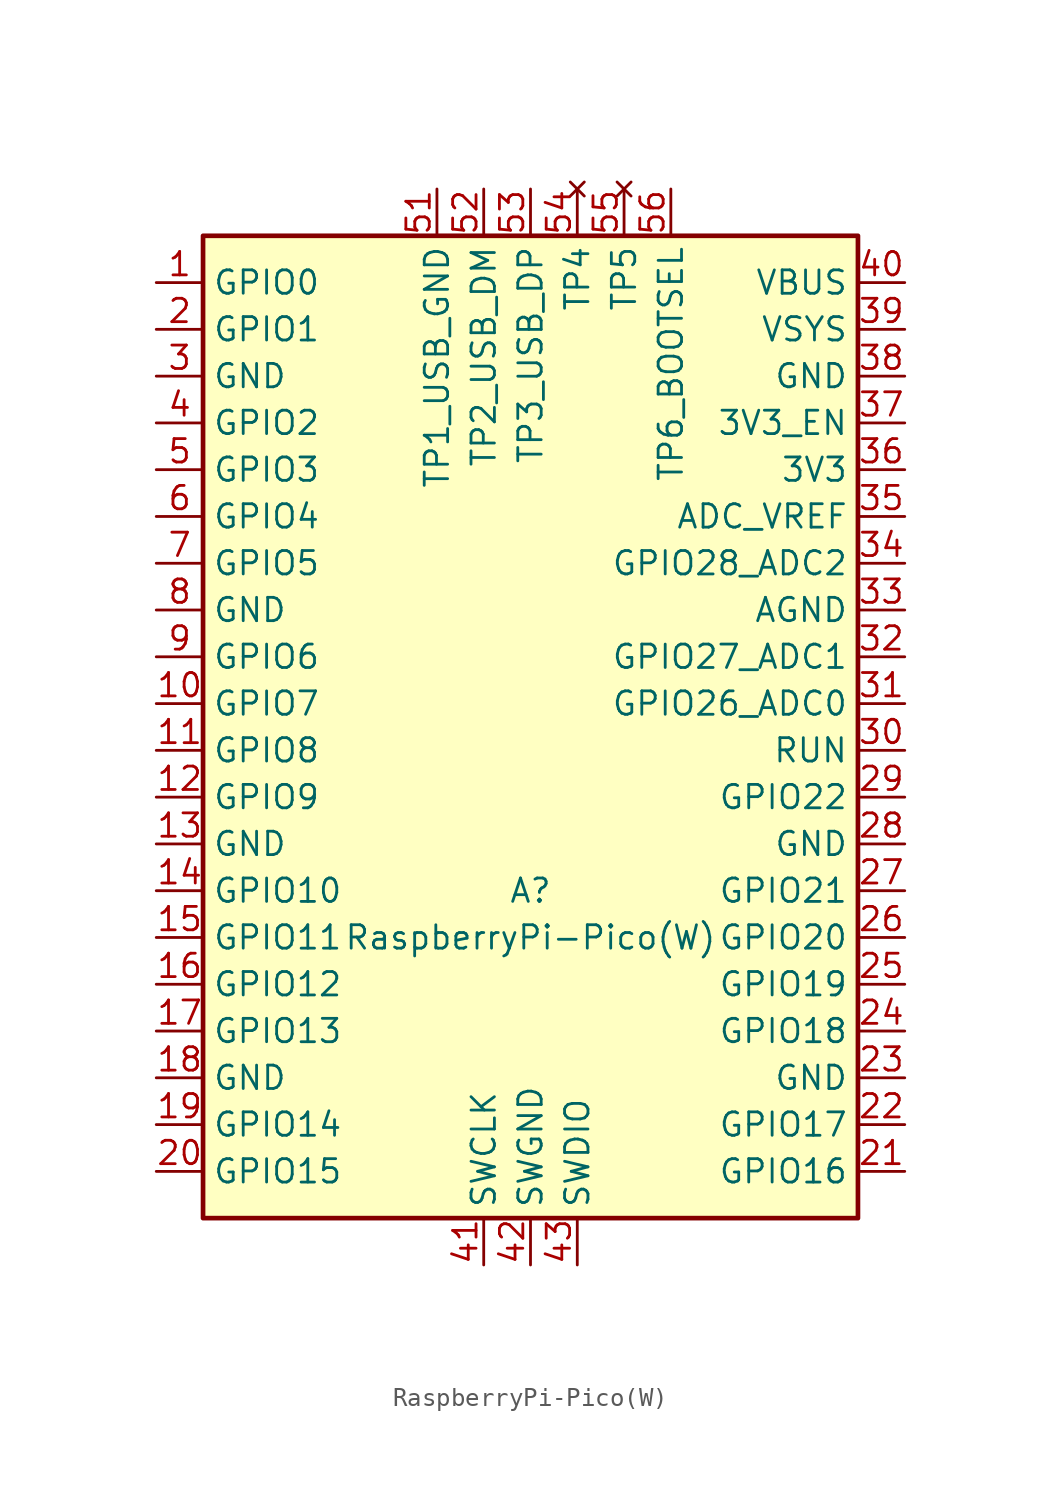
<source format=kicad_sym>
(kicad_symbol_lib
  (version 20220914)
  (generator kicad_symbol_editor)
  (symbol "RaspberryPi-Pico(W)"
    (property "Reference" "A"
      (at 2.54 -7.62 0)
      (effects (font (size 1.27 1.27))))
    (property "Value" "RaspberryPi-Pico(W)"
      (at 2.54 -10.16 0)
      (effects (font (size 1.27 1.27))))
    (symbol "RaspberryPi-Pico(W)_1_1"
      (rectangle (start -15.24 27.94) (end 20.32 -25.4) (stroke (width 0.254) (type default)) (fill (type background)))
      (pin bidirectional line (at -17.78 25.4 0) (length 2.54) (name "GPIO0" (effects (font (size 1.27 1.27)))) (number "1" (effects (font (size 1.27 1.27)))) (alternate "I2C0_SDA" bidirectional line) (alternate "PWM0_A" output line) (alternate "SPI0_RX" input line) (alternate "UART0_TX" output line) (alternate "USB_OVCUR_DET" input line))
      (pin bidirectional line (at -17.78 2.54 0) (length 2.54) (name "GPIO7" (effects (font (size 1.27 1.27)))) (number "10" (effects (font (size 1.27 1.27)))) (alternate "I2C1_SCL" bidirectional line) (alternate "PWM3_B" bidirectional line) (alternate "SPI0_TX" output line) (alternate "USB_VBUS_DET" input line) (alternate "~{UART1_RTS}" output line))
      (pin bidirectional line (at -17.78 0 0) (length 2.54) (name "GPIO8" (effects (font (size 1.27 1.27)))) (number "11" (effects (font (size 1.27 1.27)))) (alternate "I2C0_SDA" bidirectional line) (alternate "PWM4_A" output line) (alternate "SPI1_RX" input line) (alternate "UART1_TX" output line) (alternate "USB_VBUS_EN" output line))
      (pin bidirectional line (at -17.78 -2.54 0) (length 2.54) (name "GPIO9" (effects (font (size 1.27 1.27)))) (number "12" (effects (font (size 1.27 1.27)))) (alternate "I2C0_SCL" bidirectional line) (alternate "PWM4_B" bidirectional line) (alternate "UART1_RX" input line) (alternate "USB_OVCUR_DET" input line) (alternate "~{SPI1_CS}" output line))
      (pin passive line (at -17.78 -5.08 0) (length 2.54) (name "GND" (effects (font (size 1.27 1.27)))) (number "13" (effects (font (size 1.27 1.27)))))
      (pin bidirectional line (at -17.78 -7.62 0) (length 2.54) (name "GPIO10" (effects (font (size 1.27 1.27)))) (number "14" (effects (font (size 1.27 1.27)))) (alternate "I2C1_SDA" bidirectional line) (alternate "PWM5_A" output line) (alternate "SPI1_SCK" bidirectional line) (alternate "USB_VBUS_DET" input line) (alternate "~{UART1_CTS}" input line))
      (pin bidirectional line (at -17.78 -10.16 0) (length 2.54) (name "GPIO11" (effects (font (size 1.27 1.27)))) (number "15" (effects (font (size 1.27 1.27)))) (alternate "I2C1_SCL" bidirectional line) (alternate "PWM5_B" bidirectional line) (alternate "SPI1_TX" output line) (alternate "USB_VBUS_EN" output line) (alternate "~{UART1_RTS}" output line))
      (pin bidirectional line (at -17.78 -12.7 0) (length 2.54) (name "GPIO12" (effects (font (size 1.27 1.27)))) (number "16" (effects (font (size 1.27 1.27)))) (alternate "I2C0_SDA" bidirectional line) (alternate "PWM6_A" output line) (alternate "SPI1_RX" input line) (alternate "UART0_TX" output line) (alternate "USB_OVCUR_DET" input line))
      (pin bidirectional line (at -17.78 -15.24 0) (length 2.54) (name "GPIO13" (effects (font (size 1.27 1.27)))) (number "17" (effects (font (size 1.27 1.27)))) (alternate "I2C0_SCL" bidirectional line) (alternate "PWM6_B" bidirectional line) (alternate "UART0_RX" input line) (alternate "USB_VBUS_DET" input line) (alternate "~{SPI1_CS}" output line))
      (pin passive line (at -17.78 -17.78 0) (length 2.54) (name "GND" (effects (font (size 1.27 1.27)))) (number "18" (effects (font (size 1.27 1.27)))))
      (pin bidirectional line (at -17.78 -20.32 0) (length 2.54) (name "GPIO14" (effects (font (size 1.27 1.27)))) (number "19" (effects (font (size 1.27 1.27)))) (alternate "I2C1_SDA" bidirectional line) (alternate "PWM7_A" output line) (alternate "SPI1_SCK" bidirectional line) (alternate "USB_VBUS_EN" output line) (alternate "~{UART0_CTS}" input line))
      (pin bidirectional line (at -17.78 22.86 0) (length 2.54) (name "GPIO1" (effects (font (size 1.27 1.27)))) (number "2" (effects (font (size 1.27 1.27)))) (alternate "I2C0_SCL" bidirectional line) (alternate "PWM0_B" bidirectional line) (alternate "UART0_RX" input line) (alternate "USB_VBUS_DET" input line) (alternate "~{SPI0_CS}" output line))
      (pin bidirectional line (at -17.78 -22.86 0) (length 2.54) (name "GPIO15" (effects (font (size 1.27 1.27)))) (number "20" (effects (font (size 1.27 1.27)))) (alternate "I2C1_SCL" bidirectional line) (alternate "PWM7_B" bidirectional line) (alternate "SPI1_TX" output line) (alternate "USB_OVCUR_DET" input line) (alternate "~{UART0_RTS}" output line))
      (pin bidirectional line (at 22.86 -22.86 180) (length 2.54) (name "GPIO16" (effects (font (size 1.27 1.27)))) (number "21" (effects (font (size 1.27 1.27)))) (alternate "I2C0_SDA" bidirectional line) (alternate "PWM0_A" output line) (alternate "SPI0_RX" input line) (alternate "UART0_TX" output line) (alternate "USB_VBUS_DET" input line))
      (pin bidirectional line (at 22.86 -20.32 180) (length 2.54) (name "GPIO17" (effects (font (size 1.27 1.27)))) (number "22" (effects (font (size 1.27 1.27)))) (alternate "I2C0_SCL" bidirectional line) (alternate "PWM0_B" bidirectional line) (alternate "UART0_RX" input line) (alternate "USB_VBUS_EN" output line) (alternate "~{SPI0_CS}" output line))
      (pin passive line (at 22.86 -17.78 180) (length 2.54) (name "GND" (effects (font (size 1.27 1.27)))) (number "23" (effects (font (size 1.27 1.27)))))
      (pin bidirectional line (at 22.86 -15.24 180) (length 2.54) (name "GPIO18" (effects (font (size 1.27 1.27)))) (number "24" (effects (font (size 1.27 1.27)))) (alternate "I2C1_SDA" bidirectional line) (alternate "PWM1_A" output line) (alternate "SPI0_SCK" bidirectional line) (alternate "USB_OVCUR_DET" input line) (alternate "~{UART0_CTS}" input line))
      (pin bidirectional line (at 22.86 -12.7 180) (length 2.54) (name "GPIO19" (effects (font (size 1.27 1.27)))) (number "25" (effects (font (size 1.27 1.27)))) (alternate "I2C1_SCL" bidirectional line) (alternate "PWM1_B" bidirectional line) (alternate "SPI0_TX" output line) (alternate "USB_VBUS_DET" input line) (alternate "~{UART0_RTS}" output line))
      (pin bidirectional line (at 22.86 -10.16 180) (length 2.54) (name "GPIO20" (effects (font (size 1.27 1.27)))) (number "26" (effects (font (size 1.27 1.27)))) (alternate "CLOCK_GPIN0" input line) (alternate "I2C0_SDA" bidirectional line) (alternate "PWM2_A" output line) (alternate "SPI0_RX" input line) (alternate "UART1_TX" output line) (alternate "USB_VBUS_EN" output line))
      (pin bidirectional line (at 22.86 -7.62 180) (length 2.54) (name "GPIO21" (effects (font (size 1.27 1.27)))) (number "27" (effects (font (size 1.27 1.27)))) (alternate "CLOCK_GPOUT0" output line) (alternate "I2C0_SCL" bidirectional line) (alternate "PWM2_B" bidirectional line) (alternate "UART1_RX" input line) (alternate "USB_OVCUR_DET" input line) (alternate "~{SPI0_CS}" output line))
      (pin passive line (at 22.86 -5.08 180) (length 2.54) (name "GND" (effects (font (size 1.27 1.27)))) (number "28" (effects (font (size 1.27 1.27)))))
      (pin bidirectional line (at 22.86 -2.54 180) (length 2.54) (name "GPIO22" (effects (font (size 1.27 1.27)))) (number "29" (effects (font (size 1.27 1.27)))) (alternate "CLOCK_GPIN1" input line) (alternate "I2C1_SDA" bidirectional line) (alternate "PWM3_A" output line) (alternate "SPI0_SCK" bidirectional line) (alternate "USB_VBUS_DET" input line) (alternate "~{UART1_CTS}" input line))
      (pin passive line (at -17.78 20.32 0) (length 2.54) (name "GND" (effects (font (size 1.27 1.27)))) (number "3" (effects (font (size 1.27 1.27)))))
      (pin input line (at 22.86 0 180) (length 2.54) (name "RUN" (effects (font (size 1.27 1.27)))) (number "30" (effects (font (size 1.27 1.27)))) (alternate "~{RESET}" input line))
      (pin bidirectional line (at 22.86 2.54 180) (length 2.54) (name "GPIO26_ADC0" (effects (font (size 1.27 1.27)))) (number "31" (effects (font (size 1.27 1.27)))) (alternate "ADC0" input line) (alternate "GPIO26" bidirectional line) (alternate "I2C1_SDA" bidirectional line) (alternate "PWM5_A" output line) (alternate "SPI1_SCK" bidirectional line) (alternate "USB_VBUS_EN" output line) (alternate "~{UART1_CTS}" input line))
      (pin bidirectional line (at 22.86 5.08 180) (length 2.54) (name "GPIO27_ADC1" (effects (font (size 1.27 1.27)))) (number "32" (effects (font (size 1.27 1.27)))) (alternate "ADC1" input line) (alternate "GPIO27" bidirectional line) (alternate "I2C1_SCL" bidirectional line) (alternate "PWM5_B" bidirectional line) (alternate "SPI1_TX" output line) (alternate "USB_OVCUR_DET" input line) (alternate "~{UART1_RTS}" output line))
      (pin power_in line (at 22.86 7.62 180) (length 2.54) (name "AGND" (effects (font (size 1.27 1.27)))) (number "33" (effects (font (size 1.27 1.27)))) (alternate "GND" power_in line))
      (pin bidirectional line (at 22.86 10.16 180) (length 2.54) (name "GPIO28_ADC2" (effects (font (size 1.27 1.27)))) (number "34" (effects (font (size 1.27 1.27)))) (alternate "ADC2" input line) (alternate "GPIO28" bidirectional line) (alternate "I2C0_SDA" bidirectional line) (alternate "PWM6_A" output line) (alternate "SPI1_RX" input line) (alternate "UART0_TX" output line) (alternate "USB_VBUS_DET" input line))
      (pin power_in line (at 22.86 12.7 180) (length 2.54) (name "ADC_VREF" (effects (font (size 1.27 1.27)))) (number "35" (effects (font (size 1.27 1.27)))))
      (pin power_out line (at 22.86 15.24 180) (length 2.54) (name "3V3" (effects (font (size 1.27 1.27)))) (number "36" (effects (font (size 1.27 1.27)))))
      (pin input line (at 22.86 17.78 180) (length 2.54) (name "3V3_EN" (effects (font (size 1.27 1.27)))) (number "37" (effects (font (size 1.27 1.27)))))
      (pin passive line (at 22.86 20.32 180) (length 2.54) (name "GND" (effects (font (size 1.27 1.27)))) (number "38" (effects (font (size 1.27 1.27)))))
      (pin power_out line (at 22.86 22.86 180) (length 2.54) (name "VSYS" (effects (font (size 1.27 1.27)))) (number "39" (effects (font (size 1.27 1.27)))) (alternate "VSYS" power_in line))
      (pin bidirectional line (at -17.78 17.78 0) (length 2.54) (name "GPIO2" (effects (font (size 1.27 1.27)))) (number "4" (effects (font (size 1.27 1.27)))) (alternate "I2C1_SDA" bidirectional line) (alternate "PWM1_A" output line) (alternate "SPI0_SCK" bidirectional line) (alternate "USB_VBUS_EN" output line) (alternate "~{UART0_CTS}" input line))
      (pin power_out line (at 22.86 25.4 180) (length 2.54) (name "VBUS" (effects (font (size 1.27 1.27)))) (number "40" (effects (font (size 1.27 1.27)))) (alternate "VBUS" power_in line))
      (pin input line (at 0 -27.94 90) (length 2.54) (name "SWCLK" (effects (font (size 1.27 1.27)))) (number "41" (effects (font (size 1.27 1.27)))))
      (pin power_in line (at 2.54 -27.94 90) (length 2.54) (name "SWGND" (effects (font (size 1.27 1.27)))) (number "42" (effects (font (size 1.27 1.27)))) (alternate "GND" power_in line))
      (pin bidirectional line (at 5.08 -27.94 90) (length 2.54) (name "SWDIO" (effects (font (size 1.27 1.27)))) (number "43" (effects (font (size 1.27 1.27)))))
      (pin bidirectional line (at -17.78 15.24 0) (length 2.54) (name "GPIO3" (effects (font (size 1.27 1.27)))) (number "5" (effects (font (size 1.27 1.27)))) (alternate "I2C1_SCL" bidirectional line) (alternate "PWM1_B" bidirectional line) (alternate "SPI0_TX" output line) (alternate "USB_OVCUR_DET" input line) (alternate "~{UART0_RTS}" output line))
      (pin passive line (at -2.54 30.48 270) (length 2.54) (name "TP1_USB_GND" (effects (font (size 1.27 1.27)))) (number "51" (effects (font (size 1.27 1.27)))))
      (pin bidirectional line (at 0 30.48 270) (length 2.54) (name "TP2_USB_DM" (effects (font (size 1.27 1.27)))) (number "52" (effects (font (size 1.27 1.27)))))
      (pin bidirectional line (at 2.54 30.48 270) (length 2.54) (name "TP3_USB_DP" (effects (font (size 1.27 1.27)))) (number "53" (effects (font (size 1.27 1.27)))))
      (pin no_connect line (at 5.08 30.48 270) (length 2.54) (name "TP4" (effects (font (size 1.27 1.27)))) (number "54" (effects (font (size 1.27 1.27)))))
      (pin no_connect line (at 7.62 30.48 270) (length 2.54) (name "TP5" (effects (font (size 1.27 1.27)))) (number "55" (effects (font (size 1.27 1.27)))))
      (pin input line (at 10.16 30.48 270) (length 2.54) (name "TP6_BOOTSEL" (effects (font (size 1.27 1.27)))) (number "56" (effects (font (size 1.27 1.27)))))
      (pin bidirectional line (at -17.78 12.7 0) (length 2.54) (name "GPIO4" (effects (font (size 1.27 1.27)))) (number "6" (effects (font (size 1.27 1.27)))) (alternate "I2C0_SDA" bidirectional line) (alternate "PWM2_A" output line) (alternate "SPI0_RX" input line) (alternate "UART1_TX" output line) (alternate "USB_VBUS_DET" input line))
      (pin bidirectional line (at -17.78 10.16 0) (length 2.54) (name "GPIO5" (effects (font (size 1.27 1.27)))) (number "7" (effects (font (size 1.27 1.27)))) (alternate "I2C0_SCL" bidirectional line) (alternate "PWM2_B" bidirectional line) (alternate "UART1_RX" input line) (alternate "USB_VBUS_EN" output line) (alternate "~{SPI0_CS}" output line))
      (pin power_in line (at -17.78 7.62 0) (length 2.54) (name "GND" (effects (font (size 1.27 1.27)))) (number "8" (effects (font (size 1.27 1.27)))))
      (pin bidirectional line (at -17.78 5.08 0) (length 2.54) (name "GPIO6" (effects (font (size 1.27 1.27)))) (number "9" (effects (font (size 1.27 1.27)))) (alternate "I2C1_SDA" bidirectional line) (alternate "PWM3_A" output line) (alternate "SPI0_SCK" bidirectional line) (alternate "USB_OVCUR_DET" input line) (alternate "~{UART1_CTS}" input line)))))
</source>
